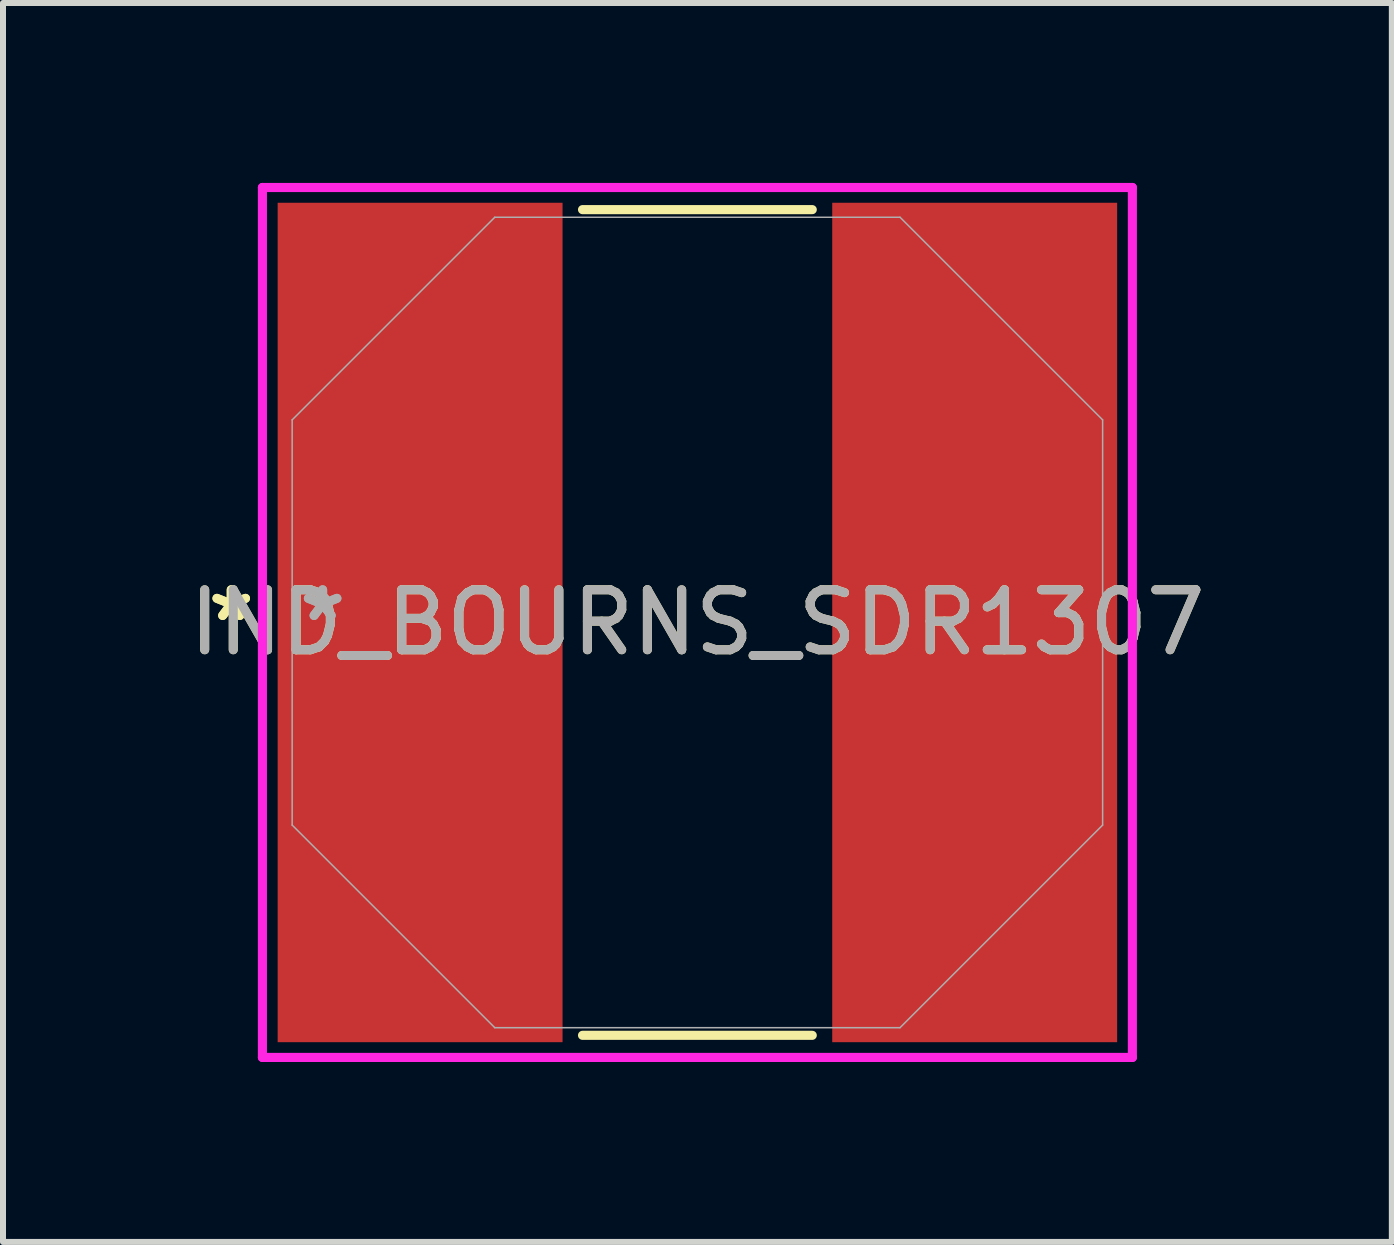
<source format=kicad_pcb>
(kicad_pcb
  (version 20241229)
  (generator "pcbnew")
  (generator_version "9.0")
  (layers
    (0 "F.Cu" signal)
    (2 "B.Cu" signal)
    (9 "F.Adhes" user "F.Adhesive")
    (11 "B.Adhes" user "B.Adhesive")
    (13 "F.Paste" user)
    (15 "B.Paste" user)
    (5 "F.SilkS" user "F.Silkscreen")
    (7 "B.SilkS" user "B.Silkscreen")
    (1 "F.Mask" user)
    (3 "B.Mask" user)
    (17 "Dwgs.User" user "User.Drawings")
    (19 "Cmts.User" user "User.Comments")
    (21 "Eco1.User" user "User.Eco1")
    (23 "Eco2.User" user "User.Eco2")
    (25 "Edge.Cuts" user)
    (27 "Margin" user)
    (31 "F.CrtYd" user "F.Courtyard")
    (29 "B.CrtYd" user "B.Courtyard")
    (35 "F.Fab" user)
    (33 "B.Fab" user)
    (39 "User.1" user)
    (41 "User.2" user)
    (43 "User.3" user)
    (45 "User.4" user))
  (footprint "IND_BOURNS_SDR1307"
    (layer "F.Cu")
    (at 8.577 7.328)
    (property "Reference" "IND_BOURNS_SDR1307" (at 0 0 0) (unlocked yes) (layer "F.SilkS") (effects (font (size 1 1) (thickness 0.15))))
    (attr smd)
    (fp_line (start -1.915 6.883) (end 1.915 6.883) (stroke (width 0.152) (type solid)) (layer "F.SilkS"))
    (fp_line (start 1.915 -6.883) (end -1.915 -6.883) (stroke (width 0.152) (type solid)) (layer "F.SilkS"))
    (fp_line (start -7.252 -7.252) (end 7.252 -7.252) (stroke (width 0.152) (type solid)) (layer "F.CrtYd"))
    (fp_line (start -7.252 7.252) (end -7.252 -7.252) (stroke (width 0.152) (type solid)) (layer "F.CrtYd"))
    (fp_line (start 7.252 -7.252) (end 7.252 7.252) (stroke (width 0.152) (type solid)) (layer "F.CrtYd"))
    (fp_line (start 7.252 7.252) (end -7.252 7.252) (stroke (width 0.152) (type solid)) (layer "F.CrtYd"))
    (fp_line (start -6.756 -3.378) (end -6.756 3.378) (stroke (width 0.025) (type solid)) (layer "F.Fab"))
    (fp_line (start -6.756 3.378) (end -3.378 6.756) (stroke (width 0.025) (type solid)) (layer "F.Fab"))
    (fp_line (start -3.378 -6.756) (end -6.756 -3.378) (stroke (width 0.025) (type solid)) (layer "F.Fab"))
    (fp_line (start -3.378 6.756) (end 3.378 6.756) (stroke (width 0.025) (type solid)) (layer "F.Fab"))
    (fp_line (start 3.378 -6.756) (end -3.378 -6.756) (stroke (width 0.025) (type solid)) (layer "F.Fab"))
    (fp_line (start 3.378 6.756) (end 6.756 3.378) (stroke (width 0.025) (type solid)) (layer "F.Fab"))
    (fp_line (start 6.756 -3.378) (end 3.378 -6.756) (stroke (width 0.025) (type solid)) (layer "F.Fab"))
    (fp_line (start 6.756 3.378) (end 6.756 -3.378) (stroke (width 0.025) (type solid)) (layer "F.Fab"))
    (fp_text user "*" (at -7.772 0 0) (unlocked yes) (layer "F.SilkS") (effects (font (size 1 1) (thickness 0.15))))
    (fp_text user "*" (at -7.772 0 0) (layer "F.SilkS") (effects (font (size 1 1) (thickness 0.15))))
    (fp_text user "${REFERENCE}" (at 0 0 0) (unlocked yes) (layer "F.Fab") (effects (font (size 1 1) (thickness 0.15))))
    (fp_text user "*" (at -6.248 0 0) (unlocked yes) (layer "F.Fab") (effects (font (size 1 1) (thickness 0.15))))
    (fp_text user "*" (at -6.248 0 0) (layer "F.Fab") (effects (font (size 1 1) (thickness 0.15))))
    (pad "1" smd rect (at -4.623 0) (size 4.75 13.995) (layers "F.Cu" "F.Mask" "F.Paste"))
    (pad "2" smd rect (at 4.623 0) (size 4.75 13.995) (layers "F.Cu" "F.Mask" "F.Paste")))
  (gr_rect
    (start -3 -3)
    (end 20.155 17.656)
    (stroke (width 0.1) (type default))
    (fill no)
    (layer "Edge.Cuts")))
</source>
